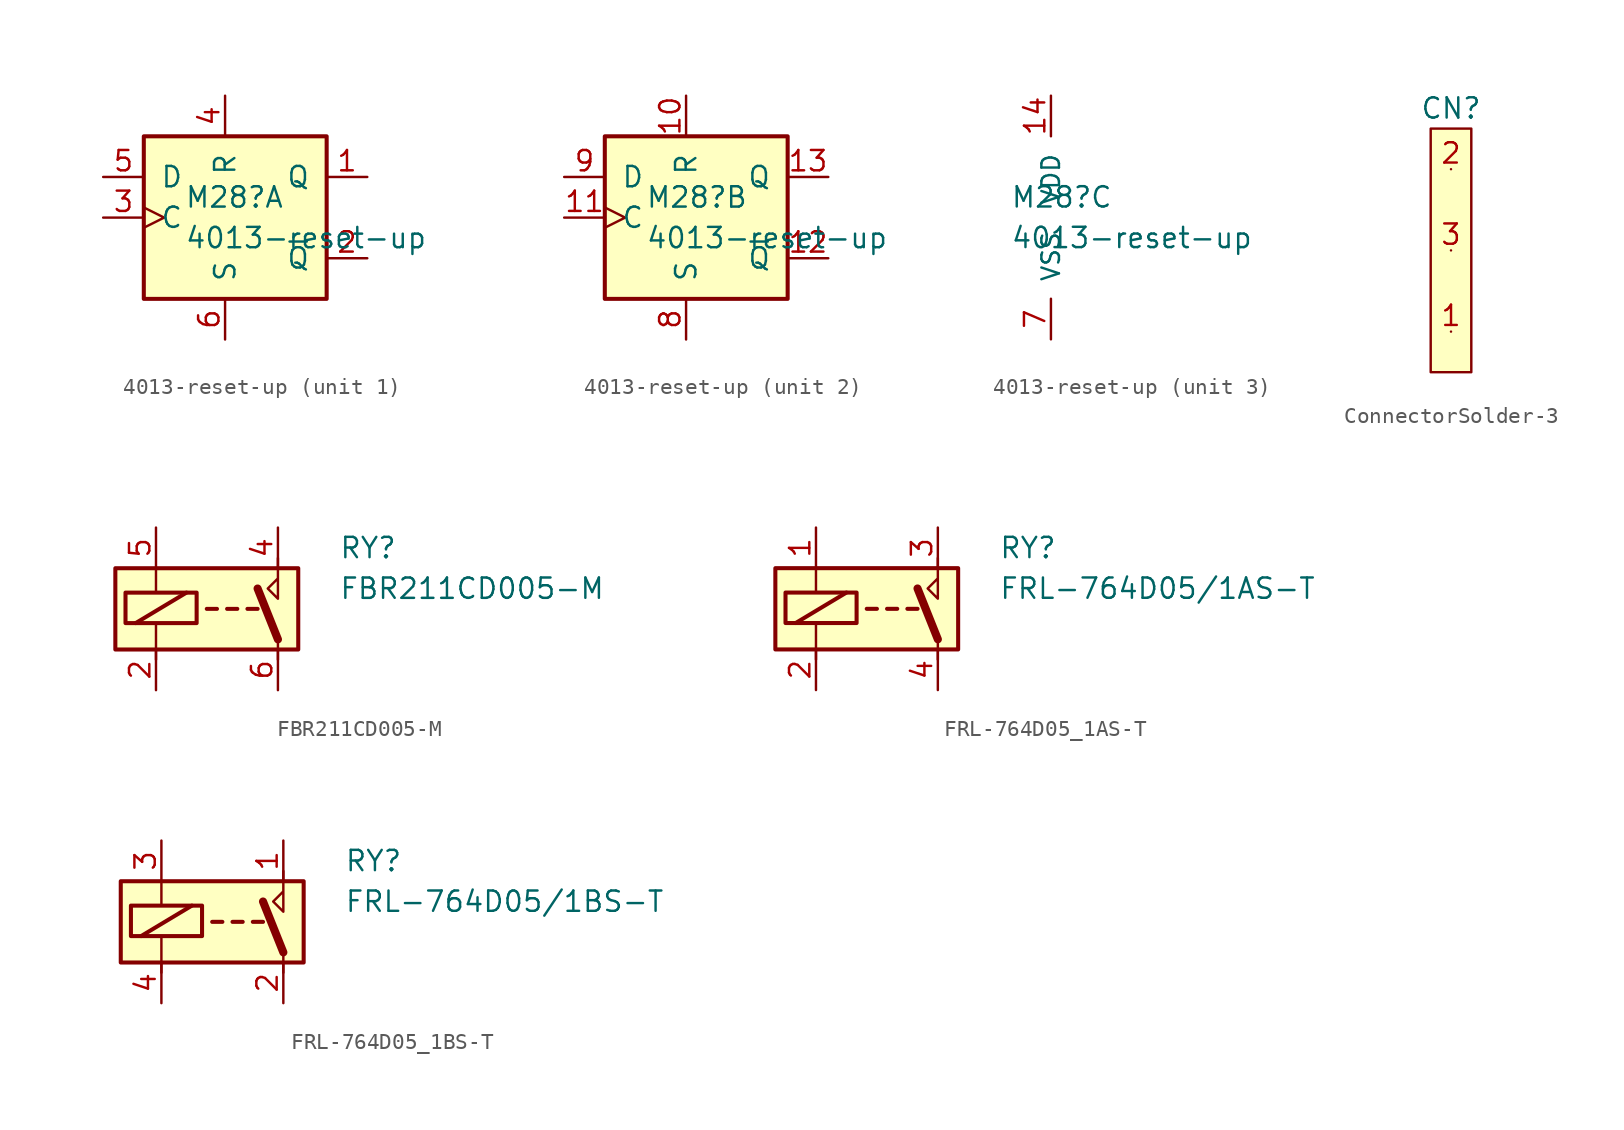
<source format=kicad_sym>
(kicad_symbol_lib
  (version 20211014)
  (generator kicad_symbol_editor)
  (symbol "4013-reset-up"
    (pin_names
      (offset 1.016))
    (property "Reference" "M28"
      (at -2.54 1.27 0)
      (effects (font (size 1.27 1.27)) (justify left)))
    (property "Value" "4013-reset-up"
      (at -2.54 -1.27 0)
      (effects (font (size 1.27 1.27)) (justify left)))
    (property "ki_locked" ""
      (at 0 0 0)
      (effects (font (size 1.27 1.27))))
    (symbol "4013-reset-up_1_1"
      (rectangle (start -5.08 5.08) (end 6.35 -5.08) (stroke (width 0.254) (type default) (color 0 0 0 0)) (fill (type background)))
      (pin output line (at 8.89 2.54 180) (length 2.54) (name "Q" (effects (font (size 1.27 1.27)))) (number "1" (effects (font (size 1.27 1.27)))))
      (pin output line (at 8.89 -2.54 180) (length 2.54) (name "~{Q}" (effects (font (size 1.27 1.27)))) (number "2" (effects (font (size 1.27 1.27)))))
      (pin input clock (at -7.62 0 0) (length 2.54) (name "C" (effects (font (size 1.27 1.27)))) (number "3" (effects (font (size 1.27 1.27)))))
      (pin input line (at 0 7.62 270) (length 2.54) (name "R" (effects (font (size 1.27 1.27)))) (number "4" (effects (font (size 1.27 1.27)))))
      (pin input line (at -7.62 2.54 0) (length 2.54) (name "D" (effects (font (size 1.27 1.27)))) (number "5" (effects (font (size 1.27 1.27)))))
      (pin input line (at 0 -7.62 90) (length 2.54) (name "S" (effects (font (size 1.27 1.27)))) (number "6" (effects (font (size 1.27 1.27))))))
    (symbol "4013-reset-up_2_1"
      (rectangle (start -5.08 5.08) (end 6.35 -5.08) (stroke (width 0.254) (type default) (color 0 0 0 0)) (fill (type background)))
      (pin input line (at 0 7.62 270) (length 2.54) (name "R" (effects (font (size 1.27 1.27)))) (number "10" (effects (font (size 1.27 1.27)))))
      (pin input clock (at -7.62 0 0) (length 2.54) (name "C" (effects (font (size 1.27 1.27)))) (number "11" (effects (font (size 1.27 1.27)))))
      (pin output line (at 8.89 -2.54 180) (length 2.54) (name "~{Q}" (effects (font (size 1.27 1.27)))) (number "12" (effects (font (size 1.27 1.27)))))
      (pin output line (at 8.89 2.54 180) (length 2.54) (name "Q" (effects (font (size 1.27 1.27)))) (number "13" (effects (font (size 1.27 1.27)))))
      (pin input line (at 0 -7.62 90) (length 2.54) (name "S" (effects (font (size 1.27 1.27)))) (number "8" (effects (font (size 1.27 1.27)))))
      (pin input line (at -7.62 2.54 0) (length 2.54) (name "D" (effects (font (size 1.27 1.27)))) (number "9" (effects (font (size 1.27 1.27))))))
    (symbol "4013-reset-up_3_0"
      (pin power_in line (at 0 7.62 270) (length 2.54) (name "VDD" (effects (font (size 1.1 1.1)))) (number "14" (effects (font (size 1.27 1.27)))))
      (pin power_in line (at 0 -7.62 90) (length 2.54) (name "VSS" (effects (font (size 1.1 1.1)))) (number "7" (effects (font (size 1.27 1.27)))))))
  (symbol "ConnectorSolder-3"
    (property "Reference" "CN"
      (at 0 8.89 0)
      (effects (font (size 1.27 1.27))))
    (symbol "ConnectorSolder-3_0_1"
      (rectangle (start -1.27 7.62) (end 1.27 -7.62) (stroke (width 0) (type default) (color 0 0 0 0)) (fill (type background))))
    (symbol "ConnectorSolder-3_1_1"
      (pin passive line (at 0 -5.08 0) (length 0) (name "~" (effects (font (size 1.27 1.27)))) (number "1" (effects (font (size 1.27 1.27)))))
      (pin passive line (at 0 5.08 0) (length 0) (name "~" (effects (font (size 1.27 1.27)))) (number "2" (effects (font (size 1.27 1.27)))))
      (pin passive line (at 0 0 0) (length 0) (name "~" (effects (font (size 1.27 1.27)))) (number "3" (effects (font (size 1.27 1.27)))))))
  (symbol "FBR211CD005-M"
    (property "Reference" "RY"
      (at 8.89 3.81 0)
      (effects (font (size 1.27 1.27)) (justify left)))
    (property "Value" "FBR211CD005-M"
      (at 8.89 1.27 0)
      (effects (font (size 1.27 1.27)) (justify left)))
    (symbol "FBR211CD005-M_0_0"
      (polyline (pts (xy 5.08 3.175) (xy 5.08 0.635) (xy 4.445 1.27) (xy 5.08 1.905)) (stroke (width 0) (type default) (color 0 0 0 0)) (fill (type none))))
    (symbol "FBR211CD005-M_0_1"
      (rectangle (start -5.08 2.54) (end 6.35 -2.54) (stroke (width 0.254) (type default) (color 0 0 0 0)) (fill (type background)))
      (rectangle (start -4.445 1.016) (end 0 -0.889) (stroke (width 0.254) (type default) (color 0 0 0 0)) (fill (type none)))
      (polyline (pts (xy -3.81 -0.889) (xy -0.635 1.016)) (stroke (width 0.254) (type default) (color 0 0 0 0)) (fill (type none)))
      (polyline (pts (xy -2.54 -3.175) (xy -2.54 -1.016)) (stroke (width 0) (type default) (color 0 0 0 0)) (fill (type none)))
      (polyline (pts (xy -2.54 2.54) (xy -2.54 1.016)) (stroke (width 0) (type default) (color 0 0 0 0)) (fill (type none)))
      (polyline (pts (xy 0.635 0) (xy 1.27 0)) (stroke (width 0.254) (type default) (color 0 0 0 0)) (fill (type none)))
      (polyline (pts (xy 1.905 0) (xy 2.54 0)) (stroke (width 0.254) (type default) (color 0 0 0 0)) (fill (type none)))
      (polyline (pts (xy 3.175 0) (xy 3.81 0)) (stroke (width 0.254) (type default) (color 0 0 0 0)) (fill (type none)))
      (polyline (pts (xy 5.08 -1.905) (xy 3.81 1.27)) (stroke (width 0.508) (type default) (color 0 0 0 0)) (fill (type none)))
      (polyline (pts (xy 5.08 -1.905) (xy 5.08 -3.175)) (stroke (width 0) (type default) (color 0 0 0 0)) (fill (type none))))
    (symbol "FBR211CD005-M_1_1"
      (pin passive line (at -2.54 -5.08 90) (length 2.54) (name "~" (effects (font (size 1.27 1.27)))) (number "2" (effects (font (size 1.27 1.27)))))
      (pin passive line (at 5.08 5.08 270) (length 2.54) (name "~" (effects (font (size 1.27 1.27)))) (number "4" (effects (font (size 1.27 1.27)))))
      (pin passive line (at -2.54 5.08 270) (length 2.54) (name "~" (effects (font (size 1.27 1.27)))) (number "5" (effects (font (size 1.27 1.27)))))
      (pin passive line (at 5.08 -5.08 90) (length 2.54) (name "~" (effects (font (size 1.27 1.27)))) (number "6" (effects (font (size 1.27 1.27)))))))
  (symbol "FRL-764D05_1AS-T"
    (property "Reference" "RY"
      (at 8.89 3.81 0)
      (effects (font (size 1.27 1.27)) (justify left)))
    (property "Value" "FRL-764D05/1AS-T"
      (at 8.89 1.27 0)
      (effects (font (size 1.27 1.27)) (justify left)))
    (symbol "FRL-764D05_1AS-T_0_0"
      (polyline (pts (xy 5.08 3.175) (xy 5.08 0.635) (xy 4.445 1.27) (xy 5.08 1.905)) (stroke (width 0) (type default) (color 0 0 0 0)) (fill (type none))))
    (symbol "FRL-764D05_1AS-T_0_1"
      (rectangle (start -5.08 2.54) (end 6.35 -2.54) (stroke (width 0.254) (type default) (color 0 0 0 0)) (fill (type background)))
      (rectangle (start -4.445 1.016) (end 0 -0.889) (stroke (width 0.254) (type default) (color 0 0 0 0)) (fill (type none)))
      (polyline (pts (xy -3.81 -0.889) (xy -0.635 1.016)) (stroke (width 0.254) (type default) (color 0 0 0 0)) (fill (type none)))
      (polyline (pts (xy -2.54 -3.175) (xy -2.54 -1.016)) (stroke (width 0) (type default) (color 0 0 0 0)) (fill (type none)))
      (polyline (pts (xy -2.54 2.54) (xy -2.54 1.016)) (stroke (width 0) (type default) (color 0 0 0 0)) (fill (type none)))
      (polyline (pts (xy 0.635 0) (xy 1.27 0)) (stroke (width 0.254) (type default) (color 0 0 0 0)) (fill (type none)))
      (polyline (pts (xy 1.905 0) (xy 2.54 0)) (stroke (width 0.254) (type default) (color 0 0 0 0)) (fill (type none)))
      (polyline (pts (xy 3.175 0) (xy 3.81 0)) (stroke (width 0.254) (type default) (color 0 0 0 0)) (fill (type none)))
      (polyline (pts (xy 5.08 -1.905) (xy 3.81 1.27)) (stroke (width 0.508) (type default) (color 0 0 0 0)) (fill (type none)))
      (polyline (pts (xy 5.08 -1.905) (xy 5.08 -3.175)) (stroke (width 0) (type default) (color 0 0 0 0)) (fill (type none))))
    (symbol "FRL-764D05_1AS-T_1_1"
      (pin passive line (at -2.54 5.08 270) (length 2.54) (name "~" (effects (font (size 1.27 1.27)))) (number "1" (effects (font (size 1.27 1.27)))))
      (pin passive line (at -2.54 -5.08 90) (length 2.54) (name "~" (effects (font (size 1.27 1.27)))) (number "2" (effects (font (size 1.27 1.27)))))
      (pin passive line (at 5.08 5.08 270) (length 2.54) (name "~" (effects (font (size 1.27 1.27)))) (number "3" (effects (font (size 1.27 1.27)))))
      (pin passive line (at 5.08 -5.08 90) (length 2.54) (name "~" (effects (font (size 1.27 1.27)))) (number "4" (effects (font (size 1.27 1.27)))))))
  (symbol "FRL-764D05_1BS-T"
    (property "Reference" "RY"
      (at 8.89 3.81 0)
      (effects (font (size 1.27 1.27)) (justify left)))
    (property "Value" "FRL-764D05/1BS-T"
      (at 8.89 1.27 0)
      (effects (font (size 1.27 1.27)) (justify left)))
    (symbol "FRL-764D05_1BS-T_0_0"
      (polyline (pts (xy 5.08 3.175) (xy 5.08 0.635) (xy 4.445 1.27) (xy 5.08 1.905)) (stroke (width 0) (type default) (color 0 0 0 0)) (fill (type none))))
    (symbol "FRL-764D05_1BS-T_0_1"
      (rectangle (start -5.08 2.54) (end 6.35 -2.54) (stroke (width 0.254) (type default) (color 0 0 0 0)) (fill (type background)))
      (rectangle (start -4.445 1.016) (end 0 -0.889) (stroke (width 0.254) (type default) (color 0 0 0 0)) (fill (type none)))
      (polyline (pts (xy -3.81 -0.889) (xy -0.635 1.016)) (stroke (width 0.254) (type default) (color 0 0 0 0)) (fill (type none)))
      (polyline (pts (xy -2.54 -3.175) (xy -2.54 -1.016)) (stroke (width 0) (type default) (color 0 0 0 0)) (fill (type none)))
      (polyline (pts (xy -2.54 2.54) (xy -2.54 1.016)) (stroke (width 0) (type default) (color 0 0 0 0)) (fill (type none)))
      (polyline (pts (xy 0.635 0) (xy 1.27 0)) (stroke (width 0.254) (type default) (color 0 0 0 0)) (fill (type none)))
      (polyline (pts (xy 1.905 0) (xy 2.54 0)) (stroke (width 0.254) (type default) (color 0 0 0 0)) (fill (type none)))
      (polyline (pts (xy 3.175 0) (xy 3.81 0)) (stroke (width 0.254) (type default) (color 0 0 0 0)) (fill (type none)))
      (polyline (pts (xy 5.08 -1.905) (xy 3.81 1.27)) (stroke (width 0.508) (type default) (color 0 0 0 0)) (fill (type none)))
      (polyline (pts (xy 5.08 -1.905) (xy 5.08 -3.175)) (stroke (width 0) (type default) (color 0 0 0 0)) (fill (type none))))
    (symbol "FRL-764D05_1BS-T_1_1"
      (pin passive line (at 5.08 5.08 270) (length 2.54) (name "~" (effects (font (size 1.27 1.27)))) (number "1" (effects (font (size 1.27 1.27)))))
      (pin passive line (at 5.08 -5.08 90) (length 2.54) (name "~" (effects (font (size 1.27 1.27)))) (number "2" (effects (font (size 1.27 1.27)))))
      (pin passive line (at -2.54 5.08 270) (length 2.54) (name "~" (effects (font (size 1.27 1.27)))) (number "3" (effects (font (size 1.27 1.27)))))
      (pin passive line (at -2.54 -5.08 90) (length 2.54) (name "~" (effects (font (size 1.27 1.27)))) (number "4" (effects (font (size 1.27 1.27))))))))
</source>
